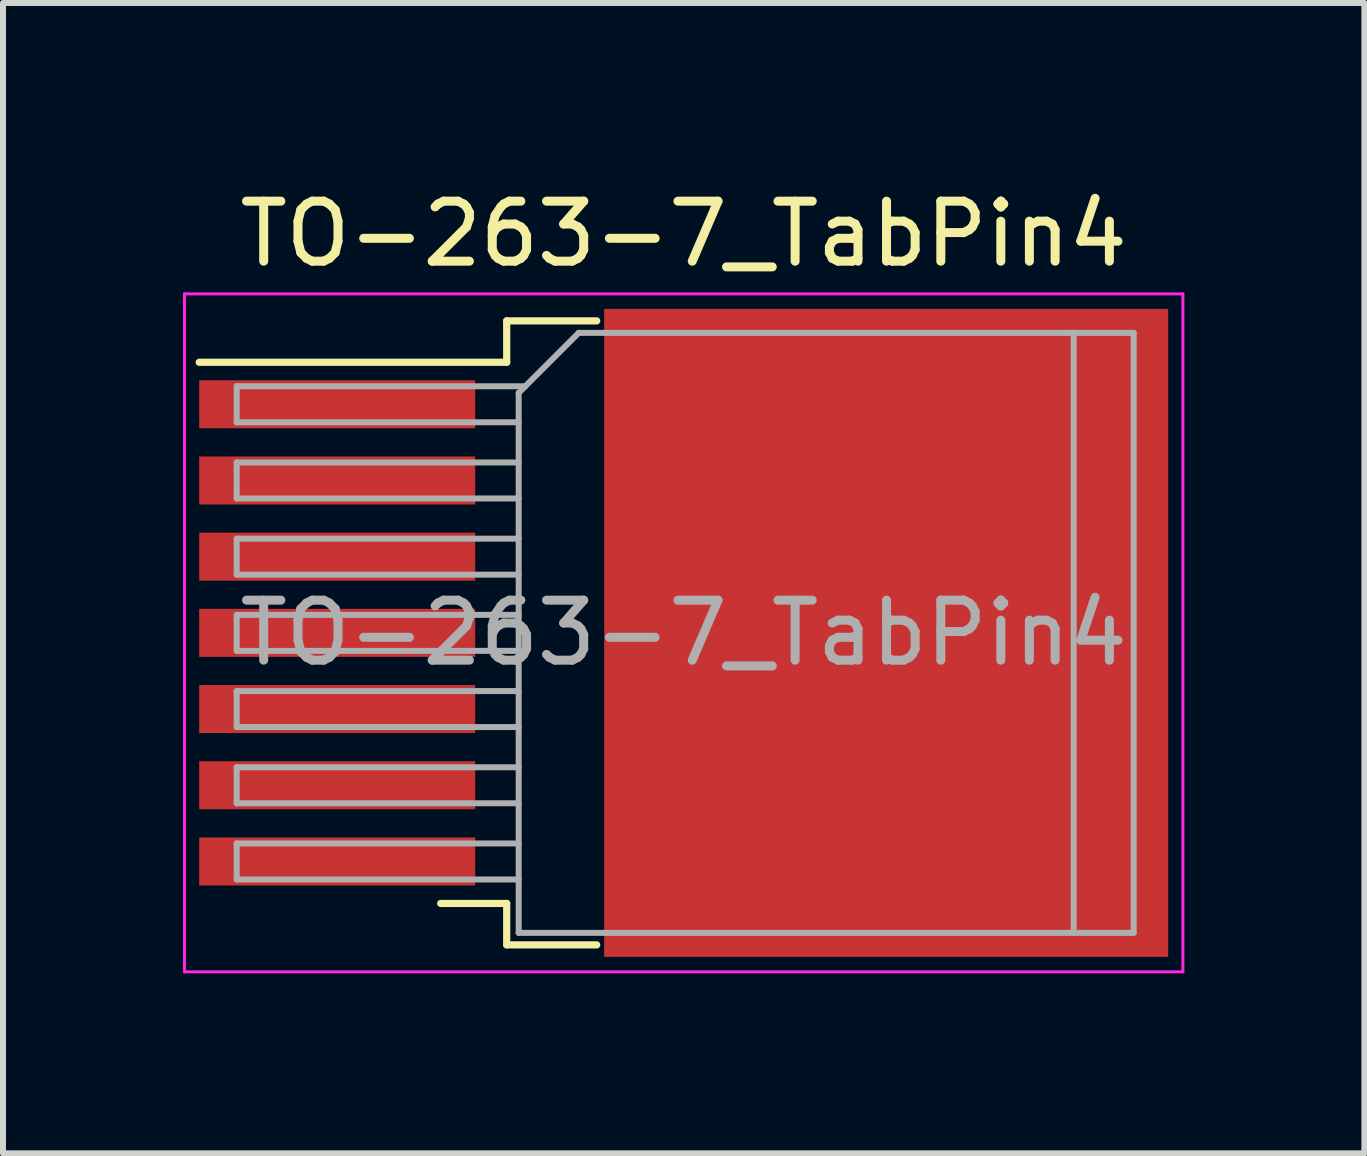
<source format=kicad_pcb>
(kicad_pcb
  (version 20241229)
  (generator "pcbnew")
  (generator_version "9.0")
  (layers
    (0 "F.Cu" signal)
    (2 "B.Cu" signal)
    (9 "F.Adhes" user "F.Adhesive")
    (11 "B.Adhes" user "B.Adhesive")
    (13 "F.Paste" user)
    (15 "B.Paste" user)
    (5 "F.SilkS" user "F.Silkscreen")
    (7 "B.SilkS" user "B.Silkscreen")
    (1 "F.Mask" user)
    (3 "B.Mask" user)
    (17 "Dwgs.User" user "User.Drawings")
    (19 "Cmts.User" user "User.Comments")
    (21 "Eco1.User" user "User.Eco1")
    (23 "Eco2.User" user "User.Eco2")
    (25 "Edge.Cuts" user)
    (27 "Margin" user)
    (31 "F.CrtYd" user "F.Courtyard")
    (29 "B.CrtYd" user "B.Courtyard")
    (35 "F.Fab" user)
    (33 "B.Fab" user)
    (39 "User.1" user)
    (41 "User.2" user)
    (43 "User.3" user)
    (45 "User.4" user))
  (footprint "TO-263-7_TabPin4"
    (layer "F.Cu")
    (at 8.345 7.498)
    (property "Reference" "TO-263-7_TabPin4" (at 0 -6.65 0) (layer "F.SilkS") (effects (font (size 1 1) (thickness 0.15))))
    (attr smd)
    (fp_line (start -2.95 -5.2) (end -2.95 -4.51) (stroke (width 0.12) (type solid)) (layer "F.SilkS"))
    (fp_line (start -2.95 -4.51) (end -8.075 -4.51) (stroke (width 0.12) (type solid)) (layer "F.SilkS"))
    (fp_line (start -2.95 4.51) (end -4.05 4.51) (stroke (width 0.12) (type solid)) (layer "F.SilkS"))
    (fp_line (start -2.95 5.2) (end -2.95 4.51) (stroke (width 0.12) (type solid)) (layer "F.SilkS"))
    (fp_line (start -1.45 -5.2) (end -2.95 -5.2) (stroke (width 0.12) (type solid)) (layer "F.SilkS"))
    (fp_line (start -1.45 5.2) (end -2.95 5.2) (stroke (width 0.12) (type solid)) (layer "F.SilkS"))
    (fp_line (start -8.32 -5.65) (end -8.32 5.65) (stroke (width 0.05) (type solid)) (layer "F.CrtYd"))
    (fp_line (start -8.32 5.65) (end 8.32 5.65) (stroke (width 0.05) (type solid)) (layer "F.CrtYd"))
    (fp_line (start 8.32 -5.65) (end -8.32 -5.65) (stroke (width 0.05) (type solid)) (layer "F.CrtYd"))
    (fp_line (start 8.32 5.65) (end 8.32 -5.65) (stroke (width 0.05) (type solid)) (layer "F.CrtYd"))
    (fp_line (start -7.45 -4.11) (end -7.45 -3.51) (stroke (width 0.1) (type solid)) (layer "F.Fab"))
    (fp_line (start -7.45 -3.51) (end -2.75 -3.51) (stroke (width 0.1) (type solid)) (layer "F.Fab"))
    (fp_line (start -7.45 -2.84) (end -7.45 -2.24) (stroke (width 0.1) (type solid)) (layer "F.Fab"))
    (fp_line (start -7.45 -2.24) (end -2.75 -2.24) (stroke (width 0.1) (type solid)) (layer "F.Fab"))
    (fp_line (start -7.45 -1.57) (end -7.45 -0.97) (stroke (width 0.1) (type solid)) (layer "F.Fab"))
    (fp_line (start -7.45 -0.97) (end -2.75 -0.97) (stroke (width 0.1) (type solid)) (layer "F.Fab"))
    (fp_line (start -7.45 -0.3) (end -7.45 0.3) (stroke (width 0.1) (type solid)) (layer "F.Fab"))
    (fp_line (start -7.45 0.3) (end -2.75 0.3) (stroke (width 0.1) (type solid)) (layer "F.Fab"))
    (fp_line (start -7.45 0.97) (end -7.45 1.57) (stroke (width 0.1) (type solid)) (layer "F.Fab"))
    (fp_line (start -7.45 1.57) (end -2.75 1.57) (stroke (width 0.1) (type solid)) (layer "F.Fab"))
    (fp_line (start -7.45 2.24) (end -7.45 2.84) (stroke (width 0.1) (type solid)) (layer "F.Fab"))
    (fp_line (start -7.45 2.84) (end -2.75 2.84) (stroke (width 0.1) (type solid)) (layer "F.Fab"))
    (fp_line (start -7.45 3.51) (end -7.45 4.11) (stroke (width 0.1) (type solid)) (layer "F.Fab"))
    (fp_line (start -7.45 4.11) (end -2.75 4.11) (stroke (width 0.1) (type solid)) (layer "F.Fab"))
    (fp_line (start -2.75 -4) (end -1.75 -5) (stroke (width 0.1) (type solid)) (layer "F.Fab"))
    (fp_line (start -2.75 -2.84) (end -7.45 -2.84) (stroke (width 0.1) (type solid)) (layer "F.Fab"))
    (fp_line (start -2.75 -1.57) (end -7.45 -1.57) (stroke (width 0.1) (type solid)) (layer "F.Fab"))
    (fp_line (start -2.75 -0.3) (end -7.45 -0.3) (stroke (width 0.1) (type solid)) (layer "F.Fab"))
    (fp_line (start -2.75 0.97) (end -7.45 0.97) (stroke (width 0.1) (type solid)) (layer "F.Fab"))
    (fp_line (start -2.75 2.24) (end -7.45 2.24) (stroke (width 0.1) (type solid)) (layer "F.Fab"))
    (fp_line (start -2.75 3.51) (end -7.45 3.51) (stroke (width 0.1) (type solid)) (layer "F.Fab"))
    (fp_line (start -2.75 5) (end -2.75 -4) (stroke (width 0.1) (type solid)) (layer "F.Fab"))
    (fp_line (start -2.64 -4.11) (end -7.45 -4.11) (stroke (width 0.1) (type solid)) (layer "F.Fab"))
    (fp_line (start -1.75 -5) (end 6.5 -5) (stroke (width 0.1) (type solid)) (layer "F.Fab"))
    (fp_line (start 6.5 -5) (end 6.5 5) (stroke (width 0.1) (type solid)) (layer "F.Fab"))
    (fp_line (start 6.5 -5) (end 7.5 -5) (stroke (width 0.1) (type solid)) (layer "F.Fab"))
    (fp_line (start 6.5 5) (end -2.75 5) (stroke (width 0.1) (type solid)) (layer "F.Fab"))
    (fp_line (start 7.5 -5) (end 7.5 5) (stroke (width 0.1) (type solid)) (layer "F.Fab"))
    (fp_line (start 7.5 5) (end 6.5 5) (stroke (width 0.1) (type solid)) (layer "F.Fab"))
    (fp_text user "${REFERENCE}" (at 0 0 0) (layer "F.Fab") (effects (font (size 1 1) (thickness 0.15))))
    (pad "" smd rect (at 0.95 -2.775) (size 4.55 5.25) (layers "F.Paste"))
    (pad "" smd rect (at 0.95 2.775) (size 4.55 5.25) (layers "F.Paste"))
    (pad "" smd rect (at 5.8 -2.775) (size 4.55 5.25) (layers "F.Paste"))
    (pad "" smd rect (at 5.8 2.775) (size 4.55 5.25) (layers "F.Paste"))
    (pad "1" smd rect (at -5.775 -3.81) (size 4.6 0.8) (layers "F.Cu" "F.Mask" "F.Paste"))
    (pad "2" smd rect (at -5.775 -2.54) (size 4.6 0.8) (layers "F.Cu" "F.Mask" "F.Paste"))
    (pad "3" smd rect (at -5.775 -1.27) (size 4.6 0.8) (layers "F.Cu" "F.Mask" "F.Paste"))
    (pad "4" smd rect (at -5.775 0) (size 4.6 0.8) (layers "F.Cu" "F.Mask" "F.Paste"))
    (pad "5" smd rect (at -5.775 1.27) (size 4.6 0.8) (layers "F.Cu" "F.Mask" "F.Paste"))
    (pad "6" smd rect (at -5.775 2.54) (size 4.6 0.8) (layers "F.Cu" "F.Mask" "F.Paste"))
    (pad "7" smd rect (at -5.775 3.81) (size 4.6 0.8) (layers "F.Cu" "F.Mask" "F.Paste"))
    (pad "8" smd rect (at 3.375 0) (size 9.4 10.8) (layers "F.Cu" "F.Mask")))
  (gr_rect
    (start -3 -3)
    (end 19.69 16.173)
    (stroke (width 0.1) (type default))
    (fill no)
    (layer "Edge.Cuts")))
</source>
